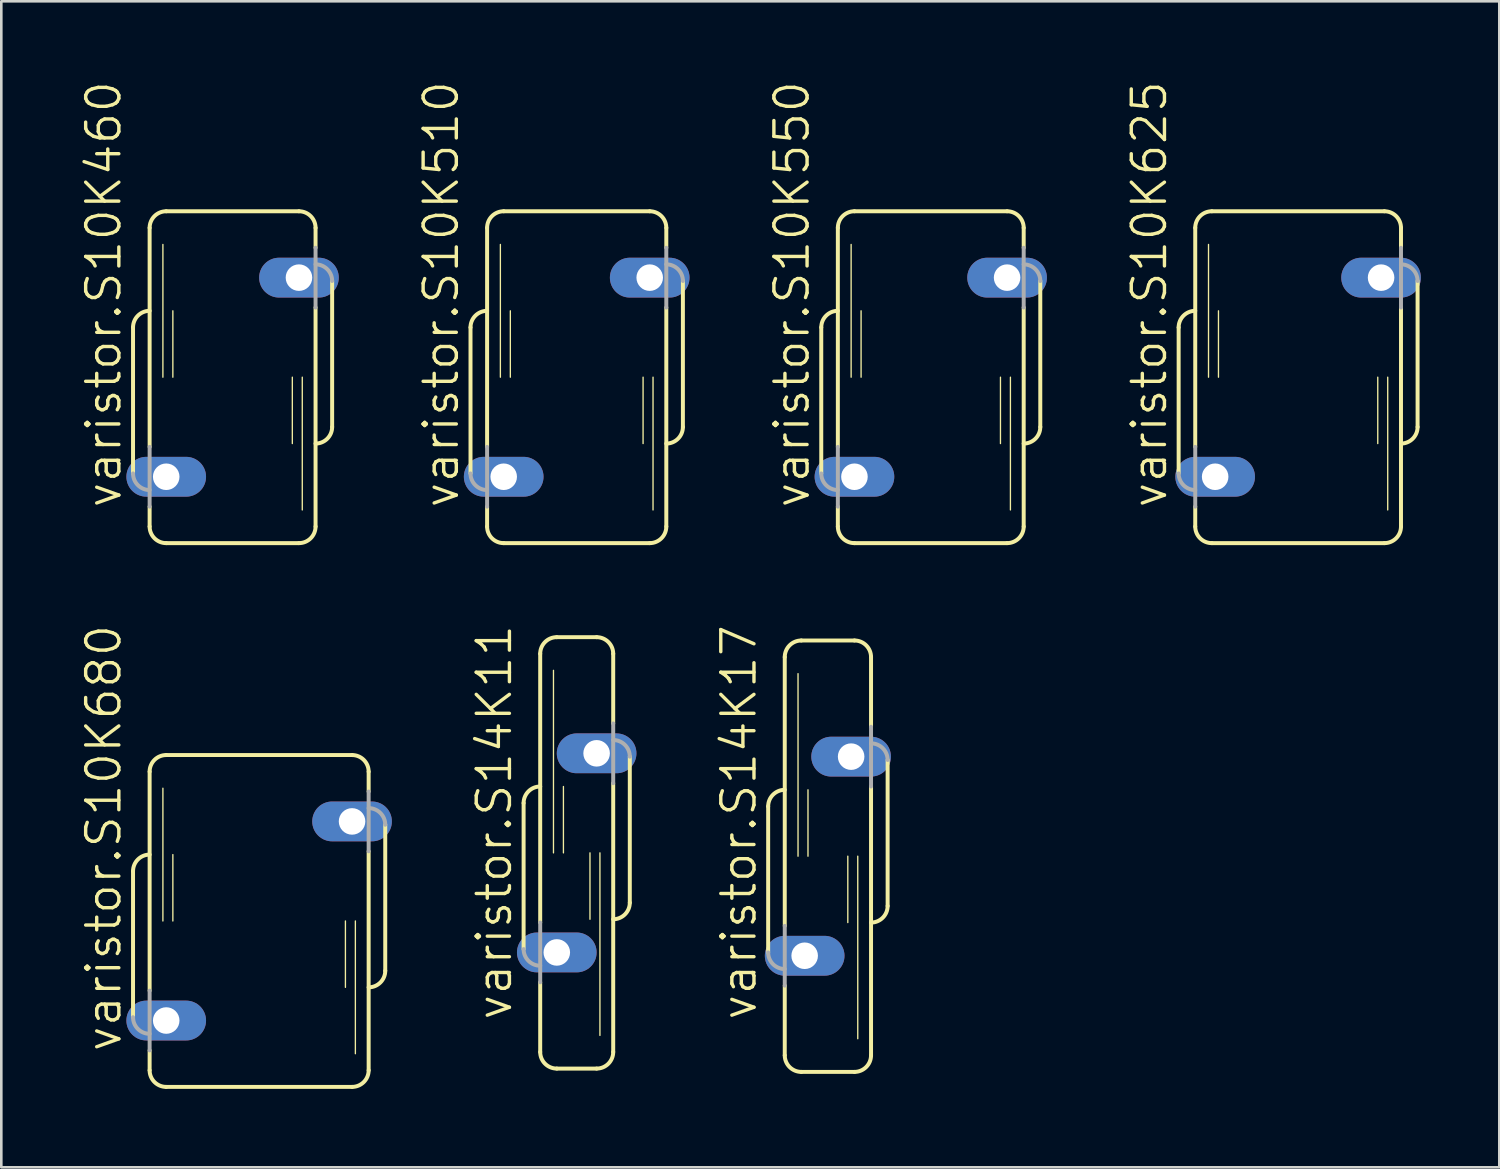
<source format=kicad_pcb>
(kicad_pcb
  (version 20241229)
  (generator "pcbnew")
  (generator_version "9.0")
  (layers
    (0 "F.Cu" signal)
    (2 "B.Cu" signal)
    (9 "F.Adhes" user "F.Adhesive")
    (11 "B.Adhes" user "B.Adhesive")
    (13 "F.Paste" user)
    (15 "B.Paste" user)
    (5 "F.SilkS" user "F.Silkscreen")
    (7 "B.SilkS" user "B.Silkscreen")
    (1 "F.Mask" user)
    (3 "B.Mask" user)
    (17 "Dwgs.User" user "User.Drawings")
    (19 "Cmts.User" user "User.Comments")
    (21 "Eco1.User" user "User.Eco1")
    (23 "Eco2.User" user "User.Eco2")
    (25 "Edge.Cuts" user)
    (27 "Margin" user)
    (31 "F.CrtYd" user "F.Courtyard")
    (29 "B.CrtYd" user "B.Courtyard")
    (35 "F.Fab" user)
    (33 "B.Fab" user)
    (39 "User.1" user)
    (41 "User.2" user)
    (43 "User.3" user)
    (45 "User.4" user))
  (footprint "varistor.S10K510"
    (layer "F.Cu")
    (at 19.02 11.385)
    (property "Reference" "varistor.S10K510" (at -4.445 5.08 90) (layer "F.SilkS") (effects (font (size 1.27 1.27) (thickness 0.13)) (justify left bottom)))
    (attr through_hole)
    (fp_line (start -4.064 -1.905) (end -4.064 3.683) (stroke (width 0.152) (type default)) (layer "F.SilkS"))
    (fp_line (start -3.429 2.667) (end -3.429 -5.715) (stroke (width 0.152) (type default)) (layer "F.SilkS"))
    (fp_line (start -3.429 5.715) (end -3.429 4.953) (stroke (width 0.152) (type default)) (layer "F.SilkS"))
    (fp_line (start -2.921 0) (end -2.921 -5.08) (stroke (width 0.051) (type default)) (layer "F.SilkS"))
    (fp_line (start -2.794 -6.35) (end 2.794 -6.35) (stroke (width 0.152) (type default)) (layer "F.SilkS"))
    (fp_line (start -2.794 6.35) (end 2.794 6.35) (stroke (width 0.152) (type default)) (layer "F.SilkS"))
    (fp_line (start -2.54 0) (end -2.54 -2.54) (stroke (width 0.051) (type default)) (layer "F.SilkS"))
    (fp_line (start 2.54 2.54) (end 2.54 0) (stroke (width 0.051) (type default)) (layer "F.SilkS"))
    (fp_line (start 2.921 5.08) (end 2.921 0) (stroke (width 0.051) (type default)) (layer "F.SilkS"))
    (fp_line (start 3.429 -4.953) (end 3.429 -5.715) (stroke (width 0.152) (type default)) (layer "F.SilkS"))
    (fp_line (start 3.429 5.715) (end 3.429 -2.667) (stroke (width 0.152) (type default)) (layer "F.SilkS"))
    (fp_line (start 4.064 1.905) (end 4.064 -3.683) (stroke (width 0.152) (type default)) (layer "F.SilkS"))
    (fp_arc (start -4.064 -1.905) (mid -3.878013 -2.354013) (end -3.429 -2.54) (stroke (width 0.1524) (type default)) (layer "F.SilkS"))
    (fp_arc (start -3.429 -5.715) (mid -3.243013 -6.164013) (end -2.794 -6.35) (stroke (width 0.1524) (type default)) (layer "F.SilkS"))
    (fp_arc (start -2.794 6.35) (mid -3.243013 6.164013) (end -3.429 5.715) (stroke (width 0.1524) (type default)) (layer "F.SilkS"))
    (fp_arc (start 2.794 -6.35) (mid 3.243013 -6.164013) (end 3.429 -5.715) (stroke (width 0.1524) (type default)) (layer "F.SilkS"))
    (fp_arc (start 3.429 5.715) (mid 3.243013 6.164013) (end 2.794 6.35) (stroke (width 0.1524) (type default)) (layer "F.SilkS"))
    (fp_arc (start 4.064 1.905) (mid 3.878013 2.354013) (end 3.429 2.54) (stroke (width 0.1524) (type default)) (layer "F.SilkS"))
    (fp_line (start -3.429 2.667) (end -3.429 4.953) (stroke (width 0.152) (type default)) (layer "F.Fab"))
    (fp_line (start 3.429 -2.667) (end 3.429 -4.953) (stroke (width 0.152) (type default)) (layer "F.Fab"))
    (fp_arc (start -3.429 4.318) (mid -3.878013 4.132013) (end -4.064 3.683) (stroke (width 0.1524) (type default)) (layer "F.Fab"))
    (fp_arc (start 3.429 -4.318) (mid 3.878013 -4.132013) (end 4.064 -3.683) (stroke (width 0.1524) (type default)) (layer "F.Fab"))
    (pad "1" thru_hole oval (at -2.794 3.81) (size 3.048 1.524) (drill 1.016) (layers "*.Cu" "*.Mask"))
    (pad "2" thru_hole oval (at 2.794 -3.81) (size 3.048 1.524) (drill 1.016) (layers "*.Cu" "*.Mask")))
  (footprint "varistor.S10K550"
    (layer "F.Cu")
    (at 32.57 11.385)
    (property "Reference" "varistor.S10K550" (at -4.572 5.08 90) (layer "F.SilkS") (effects (font (size 1.27 1.27) (thickness 0.13)) (justify left bottom)))
    (attr through_hole)
    (fp_line (start -4.191 -1.905) (end -4.191 3.683) (stroke (width 0.152) (type default)) (layer "F.SilkS"))
    (fp_line (start -3.556 2.667) (end -3.556 -5.715) (stroke (width 0.152) (type default)) (layer "F.SilkS"))
    (fp_line (start -3.556 5.715) (end -3.556 4.953) (stroke (width 0.152) (type default)) (layer "F.SilkS"))
    (fp_line (start -3.048 0) (end -3.048 -5.08) (stroke (width 0.051) (type default)) (layer "F.SilkS"))
    (fp_line (start -2.921 -6.35) (end 2.921 -6.35) (stroke (width 0.152) (type default)) (layer "F.SilkS"))
    (fp_line (start -2.921 6.35) (end 2.921 6.35) (stroke (width 0.152) (type default)) (layer "F.SilkS"))
    (fp_line (start -2.667 0) (end -2.667 -2.54) (stroke (width 0.051) (type default)) (layer "F.SilkS"))
    (fp_line (start 2.667 2.54) (end 2.667 0) (stroke (width 0.051) (type default)) (layer "F.SilkS"))
    (fp_line (start 3.048 5.08) (end 3.048 0) (stroke (width 0.051) (type default)) (layer "F.SilkS"))
    (fp_line (start 3.556 -4.953) (end 3.556 -5.715) (stroke (width 0.152) (type default)) (layer "F.SilkS"))
    (fp_line (start 3.556 5.715) (end 3.556 -2.667) (stroke (width 0.152) (type default)) (layer "F.SilkS"))
    (fp_line (start 4.191 1.905) (end 4.191 -3.683) (stroke (width 0.152) (type default)) (layer "F.SilkS"))
    (fp_arc (start -4.191 -1.905) (mid -4.005013 -2.354013) (end -3.556 -2.54) (stroke (width 0.1524) (type default)) (layer "F.SilkS"))
    (fp_arc (start -3.556 -5.715) (mid -3.370013 -6.164013) (end -2.921 -6.35) (stroke (width 0.1524) (type default)) (layer "F.SilkS"))
    (fp_arc (start -2.921 6.35) (mid -3.370013 6.164013) (end -3.556 5.715) (stroke (width 0.1524) (type default)) (layer "F.SilkS"))
    (fp_arc (start 2.921 -6.35) (mid 3.370013 -6.164013) (end 3.556 -5.715) (stroke (width 0.1524) (type default)) (layer "F.SilkS"))
    (fp_arc (start 3.556 5.715) (mid 3.370013 6.164013) (end 2.921 6.35) (stroke (width 0.1524) (type default)) (layer "F.SilkS"))
    (fp_arc (start 4.191 1.905) (mid 4.005013 2.354013) (end 3.556 2.54) (stroke (width 0.1524) (type default)) (layer "F.SilkS"))
    (fp_line (start -3.556 2.667) (end -3.556 4.953) (stroke (width 0.152) (type default)) (layer "F.Fab"))
    (fp_line (start 3.556 -2.667) (end 3.556 -4.953) (stroke (width 0.152) (type default)) (layer "F.Fab"))
    (fp_arc (start -3.556 4.318) (mid -4.005013 4.132013) (end -4.191 3.683) (stroke (width 0.1524) (type default)) (layer "F.Fab"))
    (fp_arc (start 3.556 -4.318) (mid 4.005013 -4.132013) (end 4.191 -3.683) (stroke (width 0.1524) (type default)) (layer "F.Fab"))
    (pad "1" thru_hole oval (at -2.921 3.81) (size 3.048 1.524) (drill 1.016) (layers "*.Cu" "*.Mask"))
    (pad "2" thru_hole oval (at 2.921 -3.81) (size 3.048 1.524) (drill 1.016) (layers "*.Cu" "*.Mask")))
  (footprint "varistor.S10K460"
    (layer "F.Cu")
    (at 5.851 11.385)
    (property "Reference" "varistor.S10K460" (at -4.191 5.08 90) (layer "F.SilkS") (effects (font (size 1.27 1.27) (thickness 0.13)) (justify left bottom)))
    (attr through_hole)
    (fp_line (start -3.81 -1.905) (end -3.81 3.683) (stroke (width 0.152) (type default)) (layer "F.SilkS"))
    (fp_line (start -3.175 2.667) (end -3.175 -5.715) (stroke (width 0.152) (type default)) (layer "F.SilkS"))
    (fp_line (start -3.175 5.715) (end -3.175 4.953) (stroke (width 0.152) (type default)) (layer "F.SilkS"))
    (fp_line (start -2.667 0) (end -2.667 -5.08) (stroke (width 0.051) (type default)) (layer "F.SilkS"))
    (fp_line (start -2.54 -6.35) (end 2.54 -6.35) (stroke (width 0.152) (type default)) (layer "F.SilkS"))
    (fp_line (start -2.54 6.35) (end 2.54 6.35) (stroke (width 0.152) (type default)) (layer "F.SilkS"))
    (fp_line (start -2.286 0) (end -2.286 -2.54) (stroke (width 0.051) (type default)) (layer "F.SilkS"))
    (fp_line (start 2.286 2.54) (end 2.286 0) (stroke (width 0.051) (type default)) (layer "F.SilkS"))
    (fp_line (start 2.667 5.08) (end 2.667 0) (stroke (width 0.051) (type default)) (layer "F.SilkS"))
    (fp_line (start 3.175 -4.953) (end 3.175 -5.715) (stroke (width 0.152) (type default)) (layer "F.SilkS"))
    (fp_line (start 3.175 5.715) (end 3.175 -2.667) (stroke (width 0.152) (type default)) (layer "F.SilkS"))
    (fp_line (start 3.81 1.905) (end 3.81 -3.683) (stroke (width 0.152) (type default)) (layer "F.SilkS"))
    (fp_arc (start -3.81 -1.905) (mid -3.624013 -2.354013) (end -3.175 -2.54) (stroke (width 0.1524) (type default)) (layer "F.SilkS"))
    (fp_arc (start -3.175 -5.715) (mid -2.989013 -6.164013) (end -2.54 -6.35) (stroke (width 0.1524) (type default)) (layer "F.SilkS"))
    (fp_arc (start -2.54 6.35) (mid -2.989013 6.164013) (end -3.175 5.715) (stroke (width 0.1524) (type default)) (layer "F.SilkS"))
    (fp_arc (start 2.54 -6.35) (mid 2.989013 -6.164013) (end 3.175 -5.715) (stroke (width 0.1524) (type default)) (layer "F.SilkS"))
    (fp_arc (start 3.175 5.715) (mid 2.989013 6.164013) (end 2.54 6.35) (stroke (width 0.1524) (type default)) (layer "F.SilkS"))
    (fp_arc (start 3.81 1.905) (mid 3.624013 2.354013) (end 3.175 2.54) (stroke (width 0.1524) (type default)) (layer "F.SilkS"))
    (fp_line (start -3.175 2.667) (end -3.175 4.953) (stroke (width 0.152) (type default)) (layer "F.Fab"))
    (fp_line (start 3.175 -2.667) (end 3.175 -4.953) (stroke (width 0.152) (type default)) (layer "F.Fab"))
    (fp_arc (start -3.175 4.318) (mid -3.624013 4.132013) (end -3.81 3.683) (stroke (width 0.1524) (type default)) (layer "F.Fab"))
    (fp_arc (start 3.175 -4.318) (mid 3.624013 -4.132013) (end 3.81 -3.683) (stroke (width 0.1524) (type default)) (layer "F.Fab"))
    (pad "1" thru_hole oval (at -2.54 3.81) (size 3.048 1.524) (drill 1.016) (layers "*.Cu" "*.Mask"))
    (pad "2" thru_hole oval (at 2.54 -3.81) (size 3.048 1.524) (drill 1.016) (layers "*.Cu" "*.Mask")))
  (footprint "varistor.S14K11"
    (layer "F.Cu")
    (at 19.02 29.589)
    (property "Reference" "varistor.S14K11" (at -2.413 6.477 90) (layer "F.SilkS") (effects (font (size 1.27 1.27) (thickness 0.13)) (justify left bottom)))
    (attr through_hole)
    (fp_line (start -2.032 -1.905) (end -2.032 3.683) (stroke (width 0.152) (type default)) (layer "F.SilkS"))
    (fp_line (start -1.397 2.667) (end -1.397 -7.62) (stroke (width 0.152) (type default)) (layer "F.SilkS"))
    (fp_line (start -1.397 7.62) (end -1.397 4.953) (stroke (width 0.152) (type default)) (layer "F.SilkS"))
    (fp_line (start -0.889 0) (end -0.889 -6.985) (stroke (width 0.051) (type default)) (layer "F.SilkS"))
    (fp_line (start -0.762 -8.255) (end 0.762 -8.255) (stroke (width 0.152) (type default)) (layer "F.SilkS"))
    (fp_line (start -0.762 8.255) (end 0.762 8.255) (stroke (width 0.152) (type default)) (layer "F.SilkS"))
    (fp_line (start -0.508 0) (end -0.508 -2.54) (stroke (width 0.051) (type default)) (layer "F.SilkS"))
    (fp_line (start 0.508 2.54) (end 0.508 0) (stroke (width 0.051) (type default)) (layer "F.SilkS"))
    (fp_line (start 0.889 6.985) (end 0.889 0) (stroke (width 0.051) (type default)) (layer "F.SilkS"))
    (fp_line (start 1.397 -4.953) (end 1.397 -7.62) (stroke (width 0.152) (type default)) (layer "F.SilkS"))
    (fp_line (start 1.397 7.62) (end 1.397 -2.667) (stroke (width 0.152) (type default)) (layer "F.SilkS"))
    (fp_line (start 2.032 1.905) (end 2.032 -3.683) (stroke (width 0.152) (type default)) (layer "F.SilkS"))
    (fp_arc (start -2.032 -1.905) (mid -1.846013 -2.354013) (end -1.397 -2.54) (stroke (width 0.1524) (type default)) (layer "F.SilkS"))
    (fp_arc (start -1.397 -7.62) (mid -1.211013 -8.069013) (end -0.762 -8.255) (stroke (width 0.1524) (type default)) (layer "F.SilkS"))
    (fp_arc (start -0.762 8.255) (mid -1.211013 8.069013) (end -1.397 7.62) (stroke (width 0.1524) (type default)) (layer "F.SilkS"))
    (fp_arc (start 0.762 -8.255) (mid 1.211013 -8.069013) (end 1.397 -7.62) (stroke (width 0.1524) (type default)) (layer "F.SilkS"))
    (fp_arc (start 1.397 7.62) (mid 1.211013 8.069013) (end 0.762 8.255) (stroke (width 0.1524) (type default)) (layer "F.SilkS"))
    (fp_arc (start 2.032 1.905) (mid 1.846013 2.354013) (end 1.397 2.54) (stroke (width 0.1524) (type default)) (layer "F.SilkS"))
    (fp_line (start -1.397 2.667) (end -1.397 4.953) (stroke (width 0.152) (type default)) (layer "F.Fab"))
    (fp_line (start 1.397 -2.667) (end 1.397 -4.953) (stroke (width 0.152) (type default)) (layer "F.Fab"))
    (fp_arc (start -1.397 4.318) (mid -1.846013 4.132013) (end -2.032 3.683) (stroke (width 0.1524) (type default)) (layer "F.Fab"))
    (fp_arc (start 1.397 -4.318) (mid 1.846013 -4.132013) (end 2.032 -3.683) (stroke (width 0.1524) (type default)) (layer "F.Fab"))
    (pad "1" thru_hole oval (at -0.762 3.81) (size 3.048 1.524) (drill 1.016) (layers "*.Cu" "*.Mask"))
    (pad "2" thru_hole oval (at 0.762 -3.81) (size 3.048 1.524) (drill 1.016) (layers "*.Cu" "*.Mask")))
  (footprint "varistor.S10K625"
    (layer "F.Cu")
    (at 46.628 11.385)
    (property "Reference" "varistor.S10K625" (at -4.953 5.08 90) (layer "F.SilkS") (effects (font (size 1.27 1.27) (thickness 0.13)) (justify left bottom)))
    (attr through_hole)
    (fp_line (start -4.572 -1.905) (end -4.572 3.683) (stroke (width 0.152) (type default)) (layer "F.SilkS"))
    (fp_line (start -3.937 2.667) (end -3.937 -5.715) (stroke (width 0.152) (type default)) (layer "F.SilkS"))
    (fp_line (start -3.937 5.715) (end -3.937 4.953) (stroke (width 0.152) (type default)) (layer "F.SilkS"))
    (fp_line (start -3.429 0) (end -3.429 -5.08) (stroke (width 0.051) (type default)) (layer "F.SilkS"))
    (fp_line (start -3.302 -6.35) (end 3.302 -6.35) (stroke (width 0.152) (type default)) (layer "F.SilkS"))
    (fp_line (start -3.302 6.35) (end 3.302 6.35) (stroke (width 0.152) (type default)) (layer "F.SilkS"))
    (fp_line (start -3.048 0) (end -3.048 -2.54) (stroke (width 0.051) (type default)) (layer "F.SilkS"))
    (fp_line (start 3.048 2.54) (end 3.048 0) (stroke (width 0.051) (type default)) (layer "F.SilkS"))
    (fp_line (start 3.429 5.08) (end 3.429 0) (stroke (width 0.051) (type default)) (layer "F.SilkS"))
    (fp_line (start 3.937 -4.953) (end 3.937 -5.715) (stroke (width 0.152) (type default)) (layer "F.SilkS"))
    (fp_line (start 3.937 5.715) (end 3.937 -2.667) (stroke (width 0.152) (type default)) (layer "F.SilkS"))
    (fp_line (start 4.572 1.905) (end 4.572 -3.683) (stroke (width 0.152) (type default)) (layer "F.SilkS"))
    (fp_arc (start -4.572 -1.905) (mid -4.386013 -2.354013) (end -3.937 -2.54) (stroke (width 0.1524) (type default)) (layer "F.SilkS"))
    (fp_arc (start -3.937 -5.715) (mid -3.751013 -6.164013) (end -3.302 -6.35) (stroke (width 0.1524) (type default)) (layer "F.SilkS"))
    (fp_arc (start -3.302 6.35) (mid -3.751013 6.164013) (end -3.937 5.715) (stroke (width 0.1524) (type default)) (layer "F.SilkS"))
    (fp_arc (start 3.302 -6.35) (mid 3.751013 -6.164013) (end 3.937 -5.715) (stroke (width 0.1524) (type default)) (layer "F.SilkS"))
    (fp_arc (start 3.937 5.715) (mid 3.751013 6.164013) (end 3.302 6.35) (stroke (width 0.1524) (type default)) (layer "F.SilkS"))
    (fp_arc (start 4.572 1.905) (mid 4.386013 2.354013) (end 3.937 2.54) (stroke (width 0.1524) (type default)) (layer "F.SilkS"))
    (fp_line (start -3.937 2.667) (end -3.937 4.953) (stroke (width 0.152) (type default)) (layer "F.Fab"))
    (fp_line (start 3.937 -2.667) (end 3.937 -4.953) (stroke (width 0.152) (type default)) (layer "F.Fab"))
    (fp_arc (start -3.937 4.318) (mid -4.386013 4.132013) (end -4.572 3.683) (stroke (width 0.1524) (type default)) (layer "F.Fab"))
    (fp_arc (start 3.937 -4.318) (mid 4.386013 -4.132013) (end 4.572 -3.683) (stroke (width 0.1524) (type default)) (layer "F.Fab"))
    (pad "1" thru_hole oval (at -3.175 3.81) (size 3.048 1.524) (drill 1.016) (layers "*.Cu" "*.Mask"))
    (pad "2" thru_hole oval (at 3.175 -3.81) (size 3.048 1.524) (drill 1.016) (layers "*.Cu" "*.Mask")))
  (footprint "varistor.S10K680"
    (layer "F.Cu")
    (at 6.867 32.195)
    (property "Reference" "varistor.S10K680" (at -5.207 5.08 90) (layer "F.SilkS") (effects (font (size 1.27 1.27) (thickness 0.13)) (justify left bottom)))
    (attr through_hole)
    (fp_line (start -4.826 -1.905) (end -4.826 3.683) (stroke (width 0.152) (type default)) (layer "F.SilkS"))
    (fp_line (start -4.191 2.667) (end -4.191 -5.715) (stroke (width 0.152) (type default)) (layer "F.SilkS"))
    (fp_line (start -4.191 5.715) (end -4.191 4.953) (stroke (width 0.152) (type default)) (layer "F.SilkS"))
    (fp_line (start -3.683 0) (end -3.683 -5.08) (stroke (width 0.051) (type default)) (layer "F.SilkS"))
    (fp_line (start -3.556 -6.35) (end 3.556 -6.35) (stroke (width 0.152) (type default)) (layer "F.SilkS"))
    (fp_line (start -3.556 6.35) (end 3.556 6.35) (stroke (width 0.152) (type default)) (layer "F.SilkS"))
    (fp_line (start -3.302 0) (end -3.302 -2.54) (stroke (width 0.051) (type default)) (layer "F.SilkS"))
    (fp_line (start 3.302 2.54) (end 3.302 0) (stroke (width 0.051) (type default)) (layer "F.SilkS"))
    (fp_line (start 3.683 5.08) (end 3.683 0) (stroke (width 0.051) (type default)) (layer "F.SilkS"))
    (fp_line (start 4.191 -4.953) (end 4.191 -5.715) (stroke (width 0.152) (type default)) (layer "F.SilkS"))
    (fp_line (start 4.191 5.715) (end 4.191 -2.667) (stroke (width 0.152) (type default)) (layer "F.SilkS"))
    (fp_line (start 4.826 1.905) (end 4.826 -3.683) (stroke (width 0.152) (type default)) (layer "F.SilkS"))
    (fp_arc (start -4.826 -1.905) (mid -4.640013 -2.354013) (end -4.191 -2.54) (stroke (width 0.1524) (type default)) (layer "F.SilkS"))
    (fp_arc (start -4.191 -5.715) (mid -4.005013 -6.164013) (end -3.556 -6.35) (stroke (width 0.1524) (type default)) (layer "F.SilkS"))
    (fp_arc (start -3.556 6.35) (mid -4.005013 6.164013) (end -4.191 5.715) (stroke (width 0.1524) (type default)) (layer "F.SilkS"))
    (fp_arc (start 3.556 -6.35) (mid 4.005013 -6.164013) (end 4.191 -5.715) (stroke (width 0.1524) (type default)) (layer "F.SilkS"))
    (fp_arc (start 4.191 5.715) (mid 4.005013 6.164013) (end 3.556 6.35) (stroke (width 0.1524) (type default)) (layer "F.SilkS"))
    (fp_arc (start 4.826 1.905) (mid 4.640013 2.354013) (end 4.191 2.54) (stroke (width 0.1524) (type default)) (layer "F.SilkS"))
    (fp_line (start -4.191 2.667) (end -4.191 4.953) (stroke (width 0.152) (type default)) (layer "F.Fab"))
    (fp_line (start 4.191 -2.667) (end 4.191 -4.953) (stroke (width 0.152) (type default)) (layer "F.Fab"))
    (fp_arc (start -4.191 4.318) (mid -4.640013 4.132013) (end -4.826 3.683) (stroke (width 0.1524) (type default)) (layer "F.Fab"))
    (fp_arc (start 4.191 -4.318) (mid 4.640013 -4.132013) (end 4.826 -3.683) (stroke (width 0.1524) (type default)) (layer "F.Fab"))
    (pad "1" thru_hole oval (at -3.556 3.81) (size 3.048 1.524) (drill 1.016) (layers "*.Cu" "*.Mask"))
    (pad "2" thru_hole oval (at 3.556 -3.81) (size 3.048 1.524) (drill 1.016) (layers "*.Cu" "*.Mask")))
  (footprint "varistor.S14K17"
    (layer "F.Cu")
    (at 28.633 29.716)
    (property "Reference" "varistor.S14K17" (at -2.667 6.35 90) (layer "F.SilkS") (effects (font (size 1.27 1.27) (thickness 0.13)) (justify left bottom)))
    (attr through_hole)
    (fp_line (start -2.286 -1.905) (end -2.286 3.683) (stroke (width 0.152) (type default)) (layer "F.SilkS"))
    (fp_line (start -1.651 2.667) (end -1.651 -7.62) (stroke (width 0.152) (type default)) (layer "F.SilkS"))
    (fp_line (start -1.651 7.62) (end -1.651 4.953) (stroke (width 0.152) (type default)) (layer "F.SilkS"))
    (fp_line (start -1.143 0) (end -1.143 -6.985) (stroke (width 0.051) (type default)) (layer "F.SilkS"))
    (fp_line (start -1.016 -8.255) (end 1.016 -8.255) (stroke (width 0.152) (type default)) (layer "F.SilkS"))
    (fp_line (start -1.016 8.255) (end 1.016 8.255) (stroke (width 0.152) (type default)) (layer "F.SilkS"))
    (fp_line (start -0.762 0) (end -0.762 -2.54) (stroke (width 0.051) (type default)) (layer "F.SilkS"))
    (fp_line (start 0.762 2.54) (end 0.762 0) (stroke (width 0.051) (type default)) (layer "F.SilkS"))
    (fp_line (start 1.143 6.985) (end 1.143 0) (stroke (width 0.051) (type default)) (layer "F.SilkS"))
    (fp_line (start 1.651 -4.953) (end 1.651 -7.62) (stroke (width 0.152) (type default)) (layer "F.SilkS"))
    (fp_line (start 1.651 7.62) (end 1.651 -2.667) (stroke (width 0.152) (type default)) (layer "F.SilkS"))
    (fp_line (start 2.286 1.905) (end 2.286 -3.683) (stroke (width 0.152) (type default)) (layer "F.SilkS"))
    (fp_arc (start -2.286 -1.905) (mid -2.100013 -2.354013) (end -1.651 -2.54) (stroke (width 0.1524) (type default)) (layer "F.SilkS"))
    (fp_arc (start -1.651 -7.62) (mid -1.465013 -8.069013) (end -1.016 -8.255) (stroke (width 0.1524) (type default)) (layer "F.SilkS"))
    (fp_arc (start -1.016 8.255) (mid -1.465013 8.069013) (end -1.651 7.62) (stroke (width 0.1524) (type default)) (layer "F.SilkS"))
    (fp_arc (start 1.016 -8.255) (mid 1.465013 -8.069013) (end 1.651 -7.62) (stroke (width 0.1524) (type default)) (layer "F.SilkS"))
    (fp_arc (start 1.651 7.62) (mid 1.465013 8.069013) (end 1.016 8.255) (stroke (width 0.1524) (type default)) (layer "F.SilkS"))
    (fp_arc (start 2.286 1.905) (mid 2.100013 2.354013) (end 1.651 2.54) (stroke (width 0.1524) (type default)) (layer "F.SilkS"))
    (fp_line (start -1.651 2.667) (end -1.651 4.953) (stroke (width 0.152) (type default)) (layer "F.Fab"))
    (fp_line (start 1.651 -2.667) (end 1.651 -4.953) (stroke (width 0.152) (type default)) (layer "F.Fab"))
    (fp_arc (start -1.651 4.318) (mid -2.100013 4.132013) (end -2.286 3.683) (stroke (width 0.1524) (type default)) (layer "F.Fab"))
    (fp_arc (start 1.651 -4.318) (mid 2.100013 -4.132013) (end 2.286 -3.683) (stroke (width 0.1524) (type default)) (layer "F.Fab"))
    (pad "1" thru_hole oval (at -0.889 3.81) (size 3.048 1.524) (drill 1.016) (layers "*.Cu" "*.Mask"))
    (pad "2" thru_hole oval (at 0.889 -3.81) (size 3.048 1.524) (drill 1.016) (layers "*.Cu" "*.Mask")))
  (gr_rect
    (start -3 -3)
    (end 54.327 41.622)
    (stroke (width 0.1) (type default))
    (fill no)
    (layer "Edge.Cuts")))
</source>
